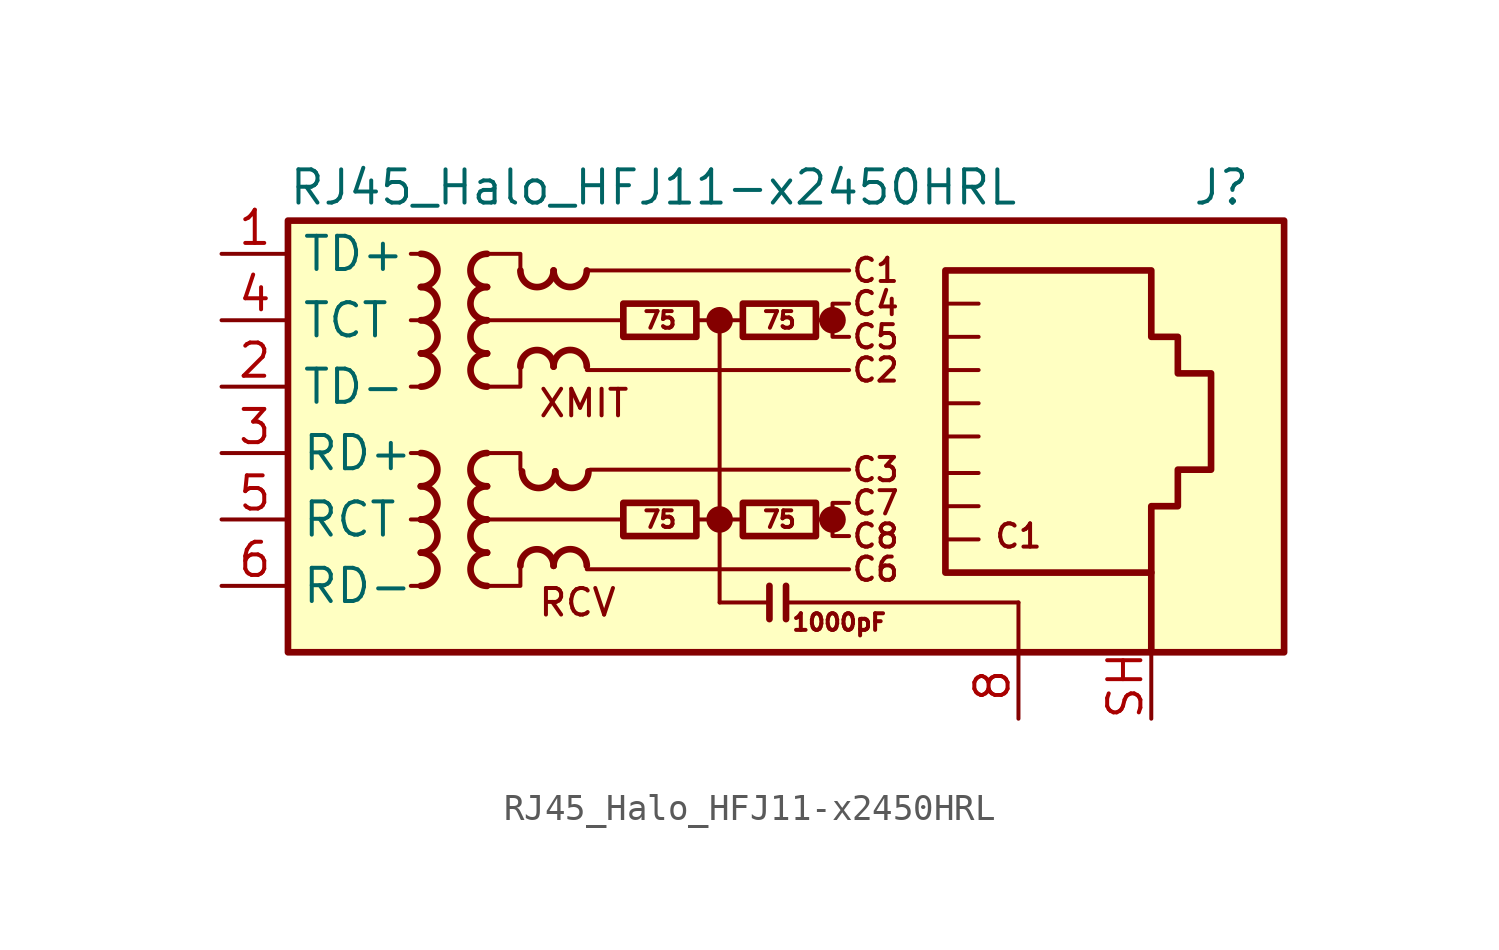
<source format=kicad_sym>
(kicad_symbol_lib
  (version 20241209)
  (generator "kicad_symbol_editor")
  (generator_version "9.0")
  (symbol "RJ45_Halo_HFJ11-x2450HRL"
    (property "Reference" "J"
      (at 19.05 10.16 0)
      (effects (font (size 1.27 1.27)) (justify right)))
    (property "Value" "RJ45_Halo_HFJ11-x2450HRL"
      (at -17.78 10.16 0)
      (effects (font (size 1.27 1.27)) (justify left)))
    (symbol "RJ45_Halo_HFJ11-x2450HRL_0_0"
      (circle (center -1.27 5.08) (radius 0.0001) (stroke (width 0.508) (type default)) (fill (type none)))
      (polyline (pts (xy -1.27 5.08) (xy -1.27 -5.715)) (stroke (width 0) (type default)) (fill (type none)))
      (circle (center -1.27 -2.54) (radius 0.0001) (stroke (width 0.508) (type default)) (fill (type none)))
      (polyline (pts (xy 0.635 -5.08) (xy 0.635 -6.35)) (stroke (width 0.254) (type default)) (fill (type none)))
      (polyline (pts (xy 1.27 -5.08) (xy 1.27 -6.35)) (stroke (width 0.254) (type default)) (fill (type none)))
      (polyline (pts (xy 3.048 5.08) (xy 2.54 5.08)) (stroke (width 0) (type default)) (fill (type none)))
      (circle (center 3.048 5.08) (radius 0.0001) (stroke (width 0.508) (type default)) (fill (type none)))
      (polyline (pts (xy 3.048 -2.54) (xy 2.54 -2.54)) (stroke (width 0) (type default)) (fill (type none)))
      (circle (center 3.048 -2.54) (radius 0.0001) (stroke (width 0.508) (type default)) (fill (type none)))
      (polyline (pts (xy 3.683 5.715) (xy 3.048 5.715) (xy 3.048 4.445) (xy 3.683 4.445)) (stroke (width 0) (type default)) (fill (type none)))
      (polyline (pts (xy 3.683 -1.905) (xy 3.048 -1.905) (xy 3.048 -3.175) (xy 3.683 -3.175)) (stroke (width 0) (type default)) (fill (type none)))
      (text "XMIT" (at -8.255 1.905 0) (effects (font (size 1.016 1.016)) (justify left)))
      (text "RCV" (at -8.255 -5.715 0) (effects (font (size 1.016 1.016)) (justify left)))
      (text "C1" (at 4.699 6.985 0) (effects (font (size 0.889 0.889))))
      (text "C4" (at 4.699 5.715 0) (effects (font (size 0.889 0.889))))
      (text "C5" (at 4.699 4.445 0) (effects (font (size 0.889 0.889))))
      (text "C2" (at 4.699 3.175 0) (effects (font (size 0.889 0.889))))
      (text "C3" (at 4.699 -0.635 0) (effects (font (size 0.889 0.889))))
      (text "C7" (at 4.699 -1.905 0) (effects (font (size 0.889 0.889))))
      (text "C8" (at 4.699 -3.175 0) (effects (font (size 0.889 0.889))))
      (text "C6" (at 4.699 -4.445 0) (effects (font (size 0.889 0.889))))
      (text "C1" (at 10.16 -3.175 0) (effects (font (size 0.889 0.889)))))
    (symbol "RJ45_Halo_HFJ11-x2450HRL_0_1"
      (rectangle (start -17.78 8.89) (end 20.32 -7.62) (stroke (width 0.254) (type default)) (fill (type background)))
      (polyline (pts (xy -12.7 7.62) (xy -13.081 7.62)) (stroke (width 0) (type default)) (fill (type none)))
      (polyline (pts (xy -12.7 5.08) (xy -13.081 5.08)) (stroke (width 0) (type default)) (fill (type none)))
      (polyline (pts (xy -12.7 2.54) (xy -13.081 2.54)) (stroke (width 0) (type default)) (fill (type none)))
      (polyline (pts (xy -12.7 0) (xy -13.081 0)) (stroke (width 0) (type default)) (fill (type none)))
      (polyline (pts (xy -12.7 -2.54) (xy -13.081 -2.54)) (stroke (width 0) (type default)) (fill (type none)))
      (polyline (pts (xy -12.7 -5.08) (xy -13.081 -5.08)) (stroke (width 0) (type default)) (fill (type none)))
      (polyline (pts (xy -10.16 7.62) (xy -8.89 7.62) (xy -8.89 6.985)) (stroke (width 0) (type default)) (fill (type none)))
      (polyline (pts (xy -10.16 0) (xy -8.89 0) (xy -8.89 -0.635)) (stroke (width 0) (type default)) (fill (type none)))
      (polyline (pts (xy -8.89 3.175) (xy -8.89 2.54) (xy -10.16 2.54)) (stroke (width 0) (type default)) (fill (type none)))
      (polyline (pts (xy -8.89 -4.445) (xy -8.89 -5.08) (xy -10.16 -5.08)) (stroke (width 0) (type default)) (fill (type none)))
      (polyline (pts (xy -6.35 6.985) (xy 3.683 6.985)) (stroke (width 0) (type default)) (fill (type none)))
      (polyline (pts (xy -6.35 3.175) (xy 3.683 3.175)) (stroke (width 0) (type default)) (fill (type none)))
      (polyline (pts (xy -6.35 -4.445) (xy 3.683 -4.445)) (stroke (width 0) (type default)) (fill (type none)))
      (polyline (pts (xy -6.223 -0.635) (xy 3.683 -0.635)) (stroke (width 0) (type default)) (fill (type none)))
      (polyline (pts (xy -5.08 -2.54) (xy -10.16 -2.54)) (stroke (width 0) (type default)) (fill (type none)))
      (polyline (pts (xy -4.953 5.08) (xy -10.16 5.08)) (stroke (width 0) (type default)) (fill (type none)))
      (polyline (pts (xy -2.159 5.08) (xy -0.381 5.08)) (stroke (width 0) (type default)) (fill (type none)))
      (polyline (pts (xy -2.159 -2.54) (xy -0.381 -2.54)) (stroke (width 0) (type default)) (fill (type none)))
      (polyline (pts (xy 0.635 -5.715) (xy -1.27 -5.715)) (stroke (width 0) (type default)) (fill (type none)))
      (polyline (pts (xy 7.366 3.175) (xy 8.636 3.175)) (stroke (width 0) (type default)) (fill (type none)))
      (polyline (pts (xy 7.366 1.905) (xy 8.636 1.905)) (stroke (width 0) (type default)) (fill (type none)))
      (polyline (pts (xy 7.366 0.635) (xy 8.636 0.635)) (stroke (width 0) (type default)) (fill (type none)))
      (polyline (pts (xy 7.366 -0.762) (xy 8.636 -0.762)) (stroke (width 0) (type default)) (fill (type none)))
      (polyline (pts (xy 7.366 -2.032) (xy 8.636 -2.032)) (stroke (width 0) (type default)) (fill (type none)))
      (polyline (pts (xy 8.636 5.715) (xy 7.366 5.715)) (stroke (width 0) (type default)) (fill (type none)))
      (polyline (pts (xy 8.636 4.445) (xy 7.366 4.445)) (stroke (width 0) (type default)) (fill (type none)))
      (polyline (pts (xy 8.636 -3.302) (xy 7.366 -3.302)) (stroke (width 0) (type default)) (fill (type none)))
      (polyline (pts (xy 10.16 -5.715) (xy 1.27 -5.715)) (stroke (width 0) (type default)) (fill (type none)))
      (polyline (pts (xy 10.16 -5.715) (xy 10.16 -7.62)) (stroke (width 0) (type default)) (fill (type none))))
    (symbol "RJ45_Halo_HFJ11-x2450HRL_1_0"
      (text "1000pF" (at 3.302 -6.477 0) (effects (font (size 0.635 0.635)))))
    (symbol "RJ45_Halo_HFJ11-x2450HRL_1_1"
      (arc (start -12.7 0) (mid -12.0677 -0.635) (end -12.7 -1.27) (stroke (width 0.254) (type default)) (fill (type none)))
      (arc (start -12.6973 7.62) (mid -12.065 6.985) (end -12.6973 6.35) (stroke (width 0.254) (type default)) (fill (type none)))
      (arc (start -12.6973 -1.27) (mid -12.065 -1.905) (end -12.6973 -2.54) (stroke (width 0.254) (type default)) (fill (type none)))
      (arc (start -12.6973 -2.54) (mid -12.065 -3.175) (end -12.6973 -3.81) (stroke (width 0.254) (type default)) (fill (type none)))
      (arc (start -12.6973 -3.81) (mid -12.065 -4.445) (end -12.6973 -5.08) (stroke (width 0.254) (type default)) (fill (type none)))
      (arc (start -12.6946 6.35) (mid -12.0623 5.715) (end -12.6946 5.08) (stroke (width 0.254) (type default)) (fill (type none)))
      (arc (start -12.6946 5.08) (mid -12.0623 4.445) (end -12.6946 3.81) (stroke (width 0.254) (type default)) (fill (type none)))
      (arc (start -12.6946 3.81) (mid -12.0623 3.175) (end -12.6946 2.54) (stroke (width 0.254) (type default)) (fill (type none)))
      (arc (start -10.1654 6.35) (mid -10.7977 6.985) (end -10.1654 7.62) (stroke (width 0.254) (type default)) (fill (type none)))
      (arc (start -10.1654 5.08) (mid -10.7977 5.715) (end -10.1654 6.35) (stroke (width 0.254) (type default)) (fill (type none)))
      (arc (start -10.1654 3.81) (mid -10.7977 4.445) (end -10.1654 5.08) (stroke (width 0.254) (type default)) (fill (type none)))
      (arc (start -10.1654 -1.27) (mid -10.7977 -0.635) (end -10.1654 0) (stroke (width 0.254) (type default)) (fill (type none)))
      (arc (start -10.1654 -2.54) (mid -10.7977 -1.905) (end -10.1654 -1.27) (stroke (width 0.254) (type default)) (fill (type none)))
      (arc (start -10.1654 -3.81) (mid -10.7977 -3.175) (end -10.1654 -2.54) (stroke (width 0.254) (type default)) (fill (type none)))
      (arc (start -10.1627 2.54) (mid -10.795 3.175) (end -10.1627 3.81) (stroke (width 0.254) (type default)) (fill (type none)))
      (arc (start -10.1627 -5.08) (mid -10.795 -4.445) (end -10.1627 -3.81) (stroke (width 0.254) (type default)) (fill (type none)))
      (arc (start -7.62 6.9823) (mid -8.255 6.35) (end -8.89 6.9823) (stroke (width 0.254) (type default)) (fill (type none)))
      (arc (start -8.89 3.3047) (mid -8.255 3.937) (end -7.62 3.3047) (stroke (width 0.254) (type default)) (fill (type none)))
      (arc (start -8.89 -4.3153) (mid -8.255 -3.683) (end -7.62 -4.3153) (stroke (width 0.254) (type default)) (fill (type none)))
      (arc (start -7.5565 -0.7012) (mid -8.1915 -1.3335) (end -8.8265 -0.7012) (stroke (width 0.254) (type default)) (fill (type none)))
      (arc (start -6.35 6.985) (mid -6.985 6.3527) (end -7.62 6.985) (stroke (width 0.254) (type default)) (fill (type none)))
      (arc (start -7.62 3.3074) (mid -6.985 3.9397) (end -6.35 3.3074) (stroke (width 0.254) (type default)) (fill (type none)))
      (arc (start -7.62 -4.3126) (mid -6.985 -3.6803) (end -6.35 -4.3126) (stroke (width 0.254) (type default)) (fill (type none)))
      (arc (start -6.2865 -0.6985) (mid -6.9215 -1.3308) (end -7.5565 -0.6985) (stroke (width 0.254) (type default)) (fill (type none)))
      (rectangle (start -4.953 5.715) (end -2.159 4.445) (stroke (width 0.254) (type default)) (fill (type none)))
      (rectangle (start -4.953 -1.905) (end -2.159 -3.175) (stroke (width 0.254) (type default)) (fill (type none)))
      (rectangle (start -0.381 5.715) (end 2.413 4.445) (stroke (width 0.254) (type default)) (fill (type none)))
      (rectangle (start -0.381 -1.905) (end 2.413 -3.175) (stroke (width 0.254) (type default)) (fill (type none)))
      (polyline (pts (xy 7.366 -4.572) (xy 7.366 6.985) (xy 15.24 6.985) (xy 15.24 4.445) (xy 16.256 4.445) (xy 16.256 3.048) (xy 17.526 3.048) (xy 17.526 -0.635) (xy 16.256 -0.635) (xy 16.256 -2.032) (xy 15.24 -2.032) (xy 15.24 -4.572) (xy 7.366 -4.572)) (stroke (width 0.254) (type default)) (fill (type none)))
      (polyline (pts (xy 15.24 -7.62) (xy 15.24 -4.572)) (stroke (width 0.254) (type default)) (fill (type none)))
      (text "75" (at -3.556 5.08 0) (effects (font (size 0.635 0.635))))
      (text "75" (at -3.556 -2.54 0) (effects (font (size 0.635 0.635))))
      (text "75" (at 1.016 5.08 0) (effects (font (size 0.635 0.635))))
      (text "75" (at 1.016 -2.54 0) (effects (font (size 0.635 0.635))))
      (pin passive line (at -20.32 7.62 0) (length 2.54) (name "TD+" (effects (font (size 1.27 1.27)))) (number "1" (effects (font (size 1.27 1.27)))))
      (pin passive line (at -20.32 5.08 0) (length 2.54) (name "TCT" (effects (font (size 1.27 1.27)))) (number "4" (effects (font (size 1.27 1.27)))))
      (pin passive line (at -20.32 2.54 0) (length 2.54) (name "TD-" (effects (font (size 1.27 1.27)))) (number "2" (effects (font (size 1.27 1.27)))))
      (pin passive line (at -20.32 0 0) (length 2.54) (name "RD+" (effects (font (size 1.27 1.27)))) (number "3" (effects (font (size 1.27 1.27)))))
      (pin passive line (at -20.32 -2.54 0) (length 2.54) (name "RCT" (effects (font (size 1.27 1.27)))) (number "5" (effects (font (size 1.27 1.27)))))
      (pin passive line (at -20.32 -5.08 0) (length 2.54) (name "RD-" (effects (font (size 1.27 1.27)))) (number "6" (effects (font (size 1.27 1.27)))))
      (pin power_in line (at 10.16 -10.16 90) (length 2.54) (name "" (effects (font (size 1.27 1.27)))) (number "8" (effects (font (size 1.27 1.27)))))
      (pin passive line (at 15.24 -10.16 90) (length 2.54) (name "" (effects (font (size 1.27 1.27)))) (number "SH" (effects (font (size 1.27 1.27)))))
      (pin no_connect line (at 20.32 0 0) (length 0) (hide yes) (name "NC" (effects (font (size 1.27 1.27)))) (number "7" (effects (font (size 1.27 1.27))))))))
</source>
